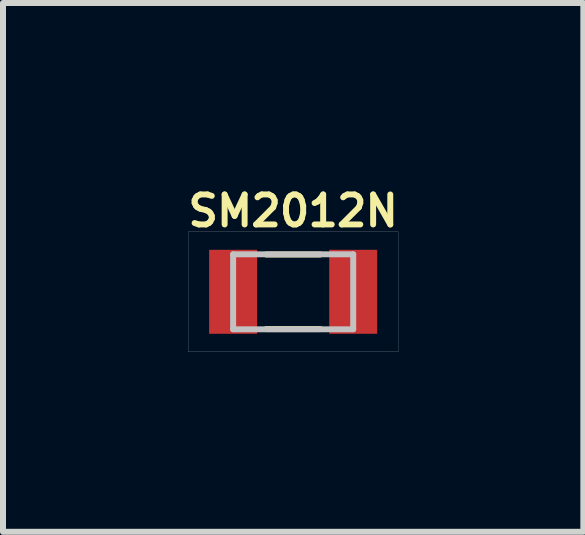
<source format=kicad_pcb>
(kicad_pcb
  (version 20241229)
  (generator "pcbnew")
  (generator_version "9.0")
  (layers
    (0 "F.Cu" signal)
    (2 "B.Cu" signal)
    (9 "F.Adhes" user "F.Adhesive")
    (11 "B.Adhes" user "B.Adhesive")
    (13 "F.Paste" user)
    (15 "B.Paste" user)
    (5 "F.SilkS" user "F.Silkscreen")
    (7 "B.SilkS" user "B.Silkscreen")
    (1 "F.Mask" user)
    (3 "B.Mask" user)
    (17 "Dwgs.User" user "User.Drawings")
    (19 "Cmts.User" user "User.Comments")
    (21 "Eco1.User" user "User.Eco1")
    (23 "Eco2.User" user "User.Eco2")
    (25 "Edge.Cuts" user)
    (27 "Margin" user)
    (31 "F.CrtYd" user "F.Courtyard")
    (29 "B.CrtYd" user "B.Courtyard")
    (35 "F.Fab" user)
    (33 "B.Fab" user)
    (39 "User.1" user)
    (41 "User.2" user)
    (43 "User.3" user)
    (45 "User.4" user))
  (footprint "SM2012N"
    (layer "F.Cu")
    (at 1.838 1.815)
    (property "Reference" "SM2012N" (at 0 -1.349 0) (layer "F.SilkS") (effects (font (size 0.5 0.5) (thickness 0.099))))
    (attr smd)
    (fp_line (start -0.45 -0.622) (end 0.45 -0.622) (stroke (width 0.099) (type solid)) (layer "F.SilkS"))
    (fp_line (start -0.45 0.622) (end 0.45 0.622) (stroke (width 0.099) (type solid)) (layer "F.SilkS"))
    (fp_line (start -1.75 -1.001) (end -1.75 1.001) (stroke (width 0.003) (type solid)) (layer "Dwgs.User"))
    (fp_line (start -1.75 1.001) (end 1.75 1.001) (stroke (width 0.003) (type solid)) (layer "Dwgs.User"))
    (fp_line (start -1.001 -0.625) (end -1.001 0.625) (stroke (width 0.099) (type solid)) (layer "Dwgs.User"))
    (fp_line (start -1.001 0.625) (end 1.001 0.625) (stroke (width 0.099) (type solid)) (layer "Dwgs.User"))
    (fp_line (start 1.001 -0.625) (end -1.001 -0.625) (stroke (width 0.099) (type solid)) (layer "Dwgs.User"))
    (fp_line (start 1.001 0.625) (end 1.001 -0.625) (stroke (width 0.099) (type solid)) (layer "Dwgs.User"))
    (fp_line (start 1.75 -1.001) (end -1.75 -1.001) (stroke (width 0.003) (type solid)) (layer "Dwgs.User"))
    (fp_line (start 1.75 1.001) (end 1.75 -1.001) (stroke (width 0.003) (type solid)) (layer "Dwgs.User"))
    (pad "1" smd rect (at -1.001 0) (size 0.8 1.4) (layers "F.Cu" "F.Mask" "F.Paste"))
    (pad "2" smd rect (at 1.001 0) (size 0.8 1.4) (layers "F.Cu" "F.Mask" "F.Paste")))
  (gr_rect
    (start -3 -3)
    (end 6.676 5.817)
    (stroke (width 0.1) (type default))
    (fill no)
    (layer "Edge.Cuts")))
</source>
